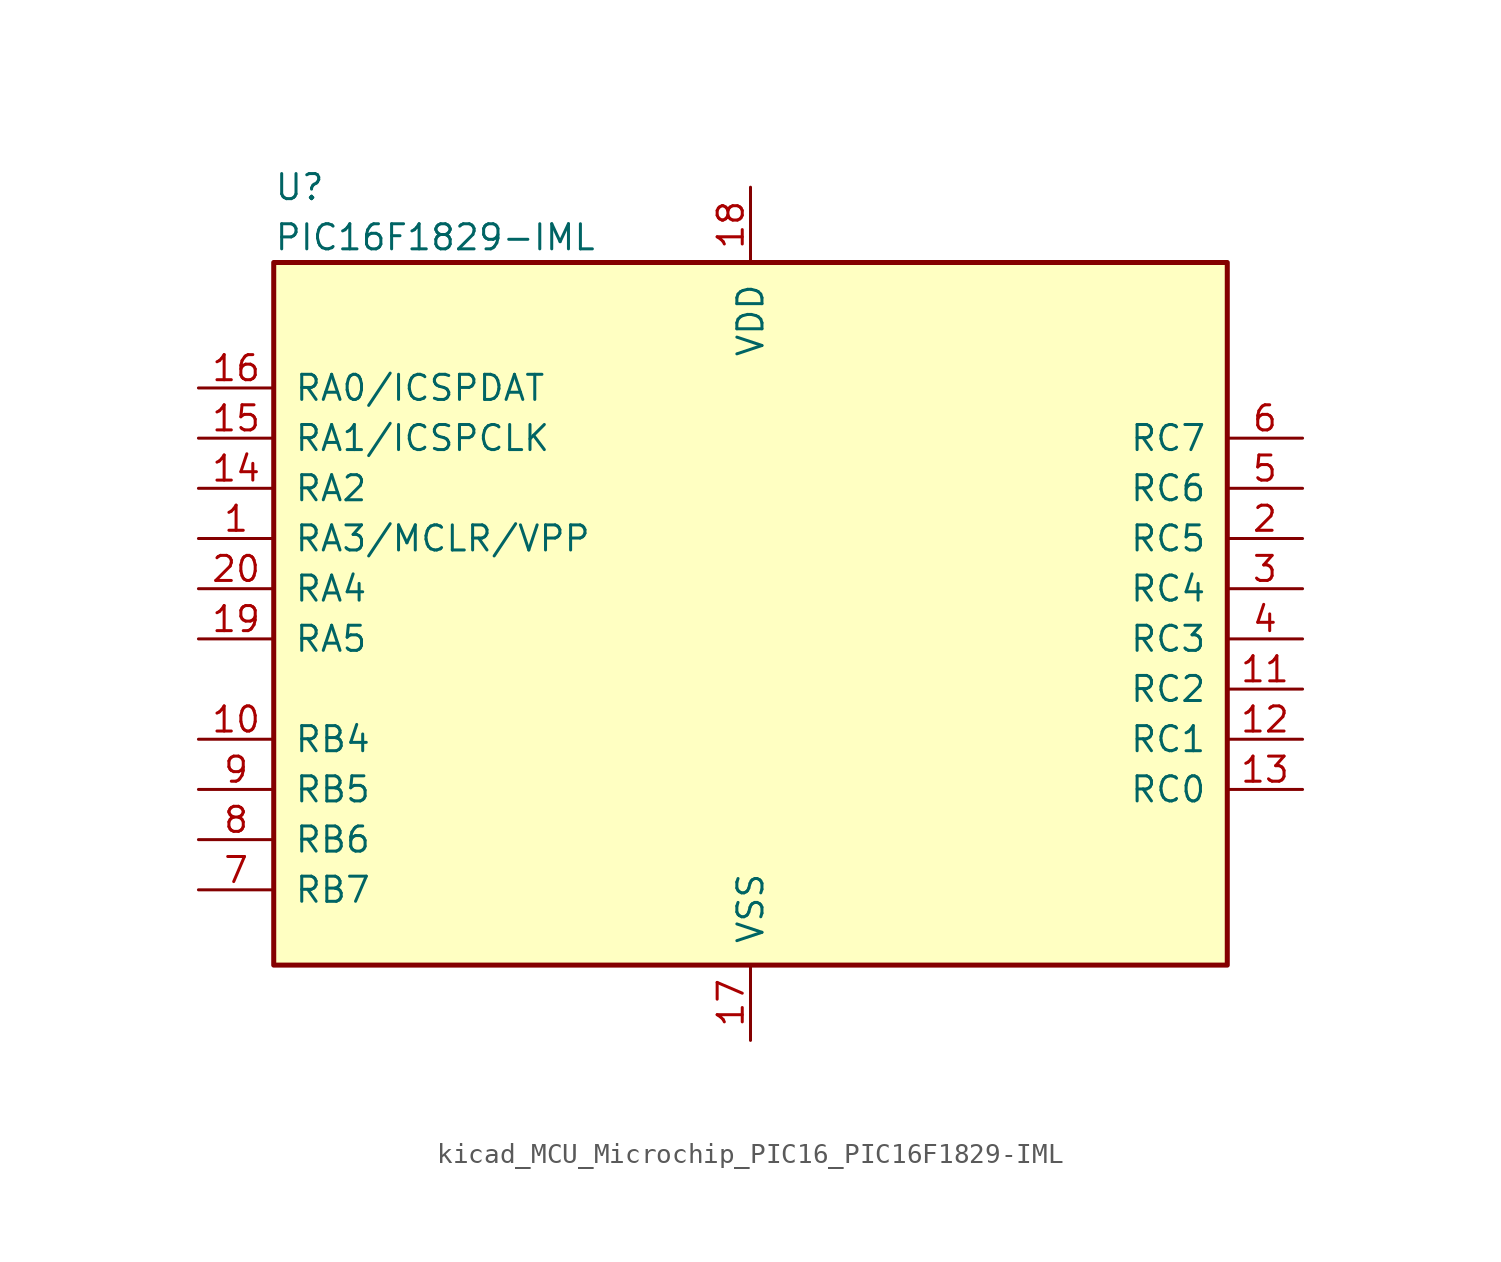
<source format=kicad_sym>
(kicad_symbol_lib
  (version 20220914)
  (generator kicad_symbol_editor)
  (symbol "kicad_MCU_Microchip_PIC16_PIC16F1829-IML"
    (pin_names
      (offset 1.016))
    (property "Reference" "U"
      (at -24.13 22.86 0)
      (effects (font (size 1.27 1.27)) (justify left)))
    (property "Value" "PIC16F1829-IML"
      (at -24.13 20.32 0)
      (effects (font (size 1.27 1.27)) (justify left)))
    (symbol "kicad_MCU_Microchip_PIC16_PIC16F1829-IML_0_1"
      (rectangle (start -24.13 19.05) (end 24.13 -16.51) (stroke (width 0.254) (type default)) (fill (type background))))
    (symbol "kicad_MCU_Microchip_PIC16_PIC16F1829-IML_1_1"
      (pin bidirectional line (at -27.94 5.08 0) (length 3.81) (name "RA3/MCLR/VPP" (effects (font (size 1.27 1.27)))) (number "1" (effects (font (size 1.27 1.27)))))
      (pin bidirectional line (at -27.94 -5.08 0) (length 3.81) (name "RB4" (effects (font (size 1.27 1.27)))) (number "10" (effects (font (size 1.27 1.27)))))
      (pin bidirectional line (at 27.94 -2.54 180) (length 3.81) (name "RC2" (effects (font (size 1.27 1.27)))) (number "11" (effects (font (size 1.27 1.27)))))
      (pin bidirectional line (at 27.94 -5.08 180) (length 3.81) (name "RC1" (effects (font (size 1.27 1.27)))) (number "12" (effects (font (size 1.27 1.27)))))
      (pin bidirectional line (at 27.94 -7.62 180) (length 3.81) (name "RC0" (effects (font (size 1.27 1.27)))) (number "13" (effects (font (size 1.27 1.27)))))
      (pin bidirectional line (at -27.94 7.62 0) (length 3.81) (name "RA2" (effects (font (size 1.27 1.27)))) (number "14" (effects (font (size 1.27 1.27)))))
      (pin bidirectional line (at -27.94 10.16 0) (length 3.81) (name "RA1/ICSPCLK" (effects (font (size 1.27 1.27)))) (number "15" (effects (font (size 1.27 1.27)))))
      (pin bidirectional line (at -27.94 12.7 0) (length 3.81) (name "RA0/ICSPDAT" (effects (font (size 1.27 1.27)))) (number "16" (effects (font (size 1.27 1.27)))))
      (pin power_in line (at 0 -20.32 90) (length 3.81) (name "VSS" (effects (font (size 1.27 1.27)))) (number "17" (effects (font (size 1.27 1.27)))))
      (pin power_in line (at 0 22.86 270) (length 3.81) (name "VDD" (effects (font (size 1.27 1.27)))) (number "18" (effects (font (size 1.27 1.27)))))
      (pin bidirectional line (at -27.94 0 0) (length 3.81) (name "RA5" (effects (font (size 1.27 1.27)))) (number "19" (effects (font (size 1.27 1.27)))))
      (pin bidirectional line (at 27.94 5.08 180) (length 3.81) (name "RC5" (effects (font (size 1.27 1.27)))) (number "2" (effects (font (size 1.27 1.27)))))
      (pin bidirectional line (at -27.94 2.54 0) (length 3.81) (name "RA4" (effects (font (size 1.27 1.27)))) (number "20" (effects (font (size 1.27 1.27)))))
      (pin bidirectional line (at 27.94 2.54 180) (length 3.81) (name "RC4" (effects (font (size 1.27 1.27)))) (number "3" (effects (font (size 1.27 1.27)))))
      (pin bidirectional line (at 27.94 0 180) (length 3.81) (name "RC3" (effects (font (size 1.27 1.27)))) (number "4" (effects (font (size 1.27 1.27)))))
      (pin bidirectional line (at 27.94 7.62 180) (length 3.81) (name "RC6" (effects (font (size 1.27 1.27)))) (number "5" (effects (font (size 1.27 1.27)))))
      (pin bidirectional line (at 27.94 10.16 180) (length 3.81) (name "RC7" (effects (font (size 1.27 1.27)))) (number "6" (effects (font (size 1.27 1.27)))))
      (pin bidirectional line (at -27.94 -12.7 0) (length 3.81) (name "RB7" (effects (font (size 1.27 1.27)))) (number "7" (effects (font (size 1.27 1.27)))))
      (pin bidirectional line (at -27.94 -10.16 0) (length 3.81) (name "RB6" (effects (font (size 1.27 1.27)))) (number "8" (effects (font (size 1.27 1.27)))))
      (pin bidirectional line (at -27.94 -7.62 0) (length 3.81) (name "RB5" (effects (font (size 1.27 1.27)))) (number "9" (effects (font (size 1.27 1.27))))))))
</source>
